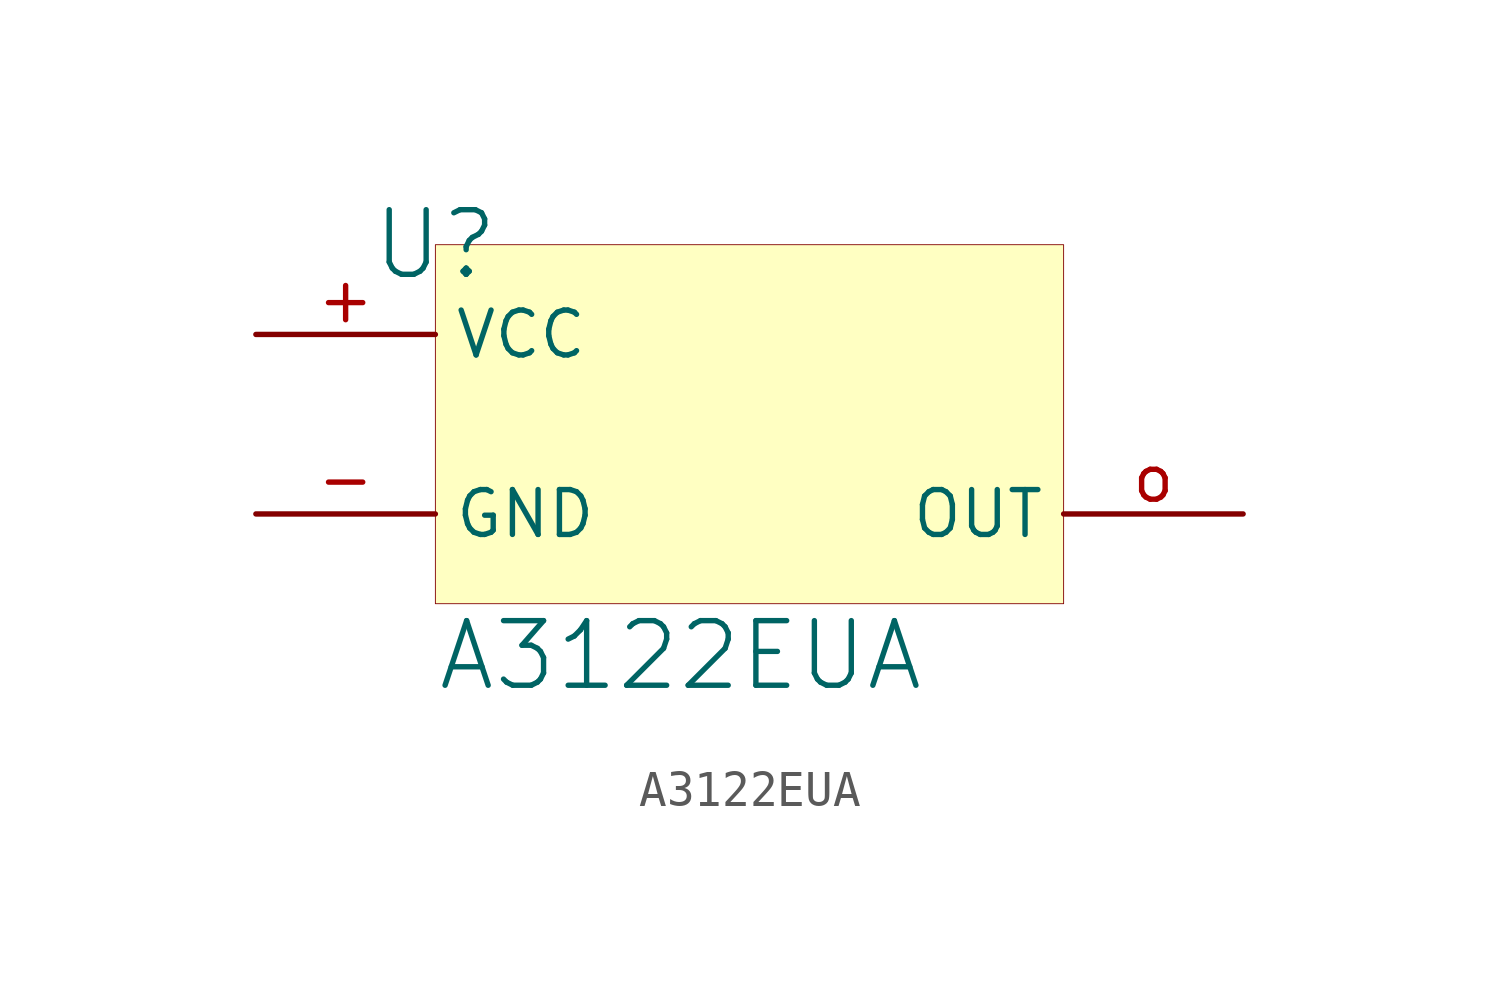
<source format=kicad_sym>
(kicad_symbol_lib
  (version 20241209)
  (generator "kicad_symbol_editor")
  (generator_version "9.0")
  (symbol "A3122EUA"
    (property "Reference" "U"
      (at 0 0 0)
      (effects (font (size 1.829 1.829))))
    (property "Value" "A3122EUA"
      (at 0 -12.7 0)
      (effects (font (size 1.829 1.829)) (justify left bottom)))
    (symbol "A3122EUA_1_0"
      (rectangle (start 17.78 0) (end 0 -10.16) (stroke (width 0.025) (type solid) (color 128 0 0 1)) (fill (type background)))
      (pin power_in line (at -5.08 -2.54 0) (length 5.08) (name "VCC" (effects (font (size 1.27 1.27)))) (number "+" (effects (font (size 1.27 1.27)))))
      (pin power_in line (at -5.08 -7.62 0) (length 5.08) (name "GND" (effects (font (size 1.27 1.27)))) (number "-" (effects (font (size 1.27 1.27)))))
      (pin open_collector line (at 22.86 -7.62 180) (length 5.08) (name "OUT" (effects (font (size 1.27 1.27)))) (number "o" (effects (font (size 1.27 1.27))))))))
</source>
